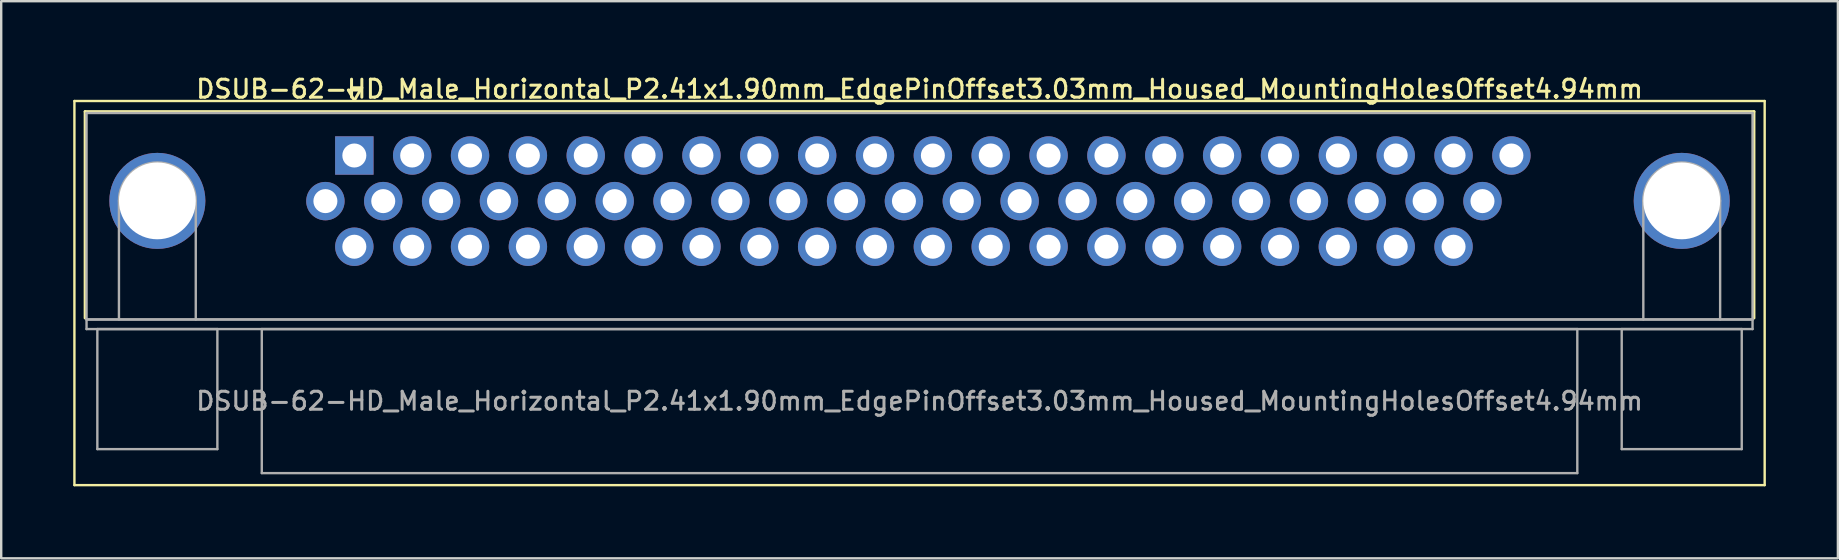
<source format=kicad_pcb>
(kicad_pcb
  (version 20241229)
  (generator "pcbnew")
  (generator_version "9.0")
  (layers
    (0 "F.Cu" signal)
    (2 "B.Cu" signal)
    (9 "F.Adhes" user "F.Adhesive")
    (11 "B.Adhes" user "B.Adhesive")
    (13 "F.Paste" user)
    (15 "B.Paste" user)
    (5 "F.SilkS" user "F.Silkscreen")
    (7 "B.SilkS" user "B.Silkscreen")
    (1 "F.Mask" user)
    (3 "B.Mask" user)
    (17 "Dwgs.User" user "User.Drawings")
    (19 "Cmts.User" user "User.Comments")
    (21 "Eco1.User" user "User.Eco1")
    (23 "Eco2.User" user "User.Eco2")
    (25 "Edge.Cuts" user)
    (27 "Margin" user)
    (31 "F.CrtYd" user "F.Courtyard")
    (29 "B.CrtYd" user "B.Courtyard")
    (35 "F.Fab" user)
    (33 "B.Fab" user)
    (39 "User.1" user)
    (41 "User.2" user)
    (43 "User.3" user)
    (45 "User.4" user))
  (footprint "DSUB-62-HD_Male_Horizontal_P2.41x1.90mm_EdgePinOffset3.03mm_Housed_MountingHolesOffset4.94mm"
    (layer "F.Cu")
    (at 11.71 3.428)
    (property "Reference" "DSUB-62-HD_Male_Horizontal_P2.41x1.90mm_EdgePinOffset3.03mm_Housed_MountingHolesOffset4.94mm" (at 23.545 -2.77 0) (layer "F.SilkS") (effects (font (size 0.75 0.75) (thickness 0.125))))
    (attr through_hole)
    (fp_line (start -11.66 -2.27) (end -11.66 13.73) (stroke (width 0.1) (type solid)) (layer "F.SilkS"))
    (fp_line (start -11.66 13.73) (end 58.75 13.73) (stroke (width 0.1) (type solid)) (layer "F.SilkS"))
    (fp_line (start -11.215 -1.83) (end 58.305 -1.83) (stroke (width 0.12) (type solid)) (layer "F.SilkS"))
    (fp_line (start -11.215 6.77) (end -11.215 -1.83) (stroke (width 0.12) (type solid)) (layer "F.SilkS"))
    (fp_line (start -0.25 -2.724) (end 0.25 -2.724) (stroke (width 0.12) (type solid)) (layer "F.SilkS"))
    (fp_line (start 0 -2.291) (end -0.25 -2.724) (stroke (width 0.12) (type solid)) (layer "F.SilkS"))
    (fp_line (start 0.25 -2.724) (end 0 -2.291) (stroke (width 0.12) (type solid)) (layer "F.SilkS"))
    (fp_line (start 58.305 -1.83) (end 58.305 6.77) (stroke (width 0.12) (type solid)) (layer "F.SilkS"))
    (fp_line (start 58.75 -2.27) (end -11.66 -2.27) (stroke (width 0.1) (type solid)) (layer "F.SilkS"))
    (fp_line (start 58.75 13.73) (end 58.75 -2.27) (stroke (width 0.1) (type solid)) (layer "F.SilkS"))
    (fp_line (start -11.155 -1.77) (end -11.155 6.83) (stroke (width 0.1) (type solid)) (layer "F.Fab"))
    (fp_line (start -11.155 6.83) (end -11.155 7.23) (stroke (width 0.1) (type solid)) (layer "F.Fab"))
    (fp_line (start -11.155 6.83) (end 58.245 6.83) (stroke (width 0.1) (type solid)) (layer "F.Fab"))
    (fp_line (start -11.155 7.23) (end 58.245 7.23) (stroke (width 0.1) (type solid)) (layer "F.Fab"))
    (fp_line (start -10.705 7.23) (end -10.705 12.23) (stroke (width 0.1) (type solid)) (layer "F.Fab"))
    (fp_line (start -10.705 12.23) (end -5.705 12.23) (stroke (width 0.1) (type solid)) (layer "F.Fab"))
    (fp_line (start -9.805 6.83) (end -9.805 1.89) (stroke (width 0.1) (type solid)) (layer "F.Fab"))
    (fp_line (start -6.605 6.83) (end -6.605 1.89) (stroke (width 0.1) (type solid)) (layer "F.Fab"))
    (fp_line (start -5.705 7.23) (end -10.705 7.23) (stroke (width 0.1) (type solid)) (layer "F.Fab"))
    (fp_line (start -5.705 12.23) (end -5.705 7.23) (stroke (width 0.1) (type solid)) (layer "F.Fab"))
    (fp_line (start -3.855 7.23) (end -3.855 13.23) (stroke (width 0.1) (type solid)) (layer "F.Fab"))
    (fp_line (start -3.855 13.23) (end 50.945 13.23) (stroke (width 0.1) (type solid)) (layer "F.Fab"))
    (fp_line (start 50.945 7.23) (end -3.855 7.23) (stroke (width 0.1) (type solid)) (layer "F.Fab"))
    (fp_line (start 50.945 13.23) (end 50.945 7.23) (stroke (width 0.1) (type solid)) (layer "F.Fab"))
    (fp_line (start 52.795 7.23) (end 52.795 12.23) (stroke (width 0.1) (type solid)) (layer "F.Fab"))
    (fp_line (start 52.795 12.23) (end 57.795 12.23) (stroke (width 0.1) (type solid)) (layer "F.Fab"))
    (fp_line (start 53.695 6.83) (end 53.695 1.89) (stroke (width 0.1) (type solid)) (layer "F.Fab"))
    (fp_line (start 56.895 6.83) (end 56.895 1.89) (stroke (width 0.1) (type solid)) (layer "F.Fab"))
    (fp_line (start 57.795 7.23) (end 52.795 7.23) (stroke (width 0.1) (type solid)) (layer "F.Fab"))
    (fp_line (start 57.795 12.23) (end 57.795 7.23) (stroke (width 0.1) (type solid)) (layer "F.Fab"))
    (fp_line (start 58.245 -1.77) (end -11.155 -1.77) (stroke (width 0.1) (type solid)) (layer "F.Fab"))
    (fp_line (start 58.245 6.83) (end -11.155 6.83) (stroke (width 0.1) (type solid)) (layer "F.Fab"))
    (fp_line (start 58.245 6.83) (end 58.245 -1.77) (stroke (width 0.1) (type solid)) (layer "F.Fab"))
    (fp_line (start 58.245 7.23) (end 58.245 6.83) (stroke (width 0.1) (type solid)) (layer "F.Fab"))
    (fp_arc (start -9.805 1.89) (mid -8.205 0.29) (end -6.605 1.89) (stroke (width 0.1) (type solid)) (layer "F.Fab"))
    (fp_arc (start 53.695 1.89) (mid 55.295 0.29) (end 56.895 1.89) (stroke (width 0.1) (type solid)) (layer "F.Fab"))
    (fp_text user "${REFERENCE}" (at 23.545 10.23 0) (layer "F.Fab") (effects (font (size 0.75 0.75) (thickness 0.125))))
    (pad "0" thru_hole circle (at -8.205 1.89) (size 4 4) (drill 3.2) (layers "*.Cu" "*.Mask"))
    (pad "0" thru_hole circle (at 55.295 1.89) (size 4 4) (drill 3.2) (layers "*.Cu" "*.Mask"))
    (pad "1" thru_hole rect (at 0 0) (size 1.6 1.6) (drill 1) (layers "*.Cu" "*.Mask"))
    (pad "2" thru_hole circle (at 2.41 0) (size 1.6 1.6) (drill 1) (layers "*.Cu" "*.Mask"))
    (pad "3" thru_hole circle (at 4.82 0) (size 1.6 1.6) (drill 1) (layers "*.Cu" "*.Mask"))
    (pad "4" thru_hole circle (at 7.23 0) (size 1.6 1.6) (drill 1) (layers "*.Cu" "*.Mask"))
    (pad "5" thru_hole circle (at 9.64 0) (size 1.6 1.6) (drill 1) (layers "*.Cu" "*.Mask"))
    (pad "6" thru_hole circle (at 12.05 0) (size 1.6 1.6) (drill 1) (layers "*.Cu" "*.Mask"))
    (pad "7" thru_hole circle (at 14.46 0) (size 1.6 1.6) (drill 1) (layers "*.Cu" "*.Mask"))
    (pad "8" thru_hole circle (at 16.87 0) (size 1.6 1.6) (drill 1) (layers "*.Cu" "*.Mask"))
    (pad "9" thru_hole circle (at 19.28 0) (size 1.6 1.6) (drill 1) (layers "*.Cu" "*.Mask"))
    (pad "10" thru_hole circle (at 21.69 0) (size 1.6 1.6) (drill 1) (layers "*.Cu" "*.Mask"))
    (pad "11" thru_hole circle (at 24.1 0) (size 1.6 1.6) (drill 1) (layers "*.Cu" "*.Mask"))
    (pad "12" thru_hole circle (at 26.51 0) (size 1.6 1.6) (drill 1) (layers "*.Cu" "*.Mask"))
    (pad "13" thru_hole circle (at 28.92 0) (size 1.6 1.6) (drill 1) (layers "*.Cu" "*.Mask"))
    (pad "14" thru_hole circle (at 31.33 0) (size 1.6 1.6) (drill 1) (layers "*.Cu" "*.Mask"))
    (pad "15" thru_hole circle (at 33.74 0) (size 1.6 1.6) (drill 1) (layers "*.Cu" "*.Mask"))
    (pad "16" thru_hole circle (at 36.15 0) (size 1.6 1.6) (drill 1) (layers "*.Cu" "*.Mask"))
    (pad "17" thru_hole circle (at 38.56 0) (size 1.6 1.6) (drill 1) (layers "*.Cu" "*.Mask"))
    (pad "18" thru_hole circle (at 40.97 0) (size 1.6 1.6) (drill 1) (layers "*.Cu" "*.Mask"))
    (pad "19" thru_hole circle (at 43.38 0) (size 1.6 1.6) (drill 1) (layers "*.Cu" "*.Mask"))
    (pad "20" thru_hole circle (at 45.79 0) (size 1.6 1.6) (drill 1) (layers "*.Cu" "*.Mask"))
    (pad "21" thru_hole circle (at 48.2 0) (size 1.6 1.6) (drill 1) (layers "*.Cu" "*.Mask"))
    (pad "22" thru_hole circle (at -1.205 1.9) (size 1.6 1.6) (drill 1) (layers "*.Cu" "*.Mask"))
    (pad "23" thru_hole circle (at 1.205 1.9) (size 1.6 1.6) (drill 1) (layers "*.Cu" "*.Mask"))
    (pad "24" thru_hole circle (at 3.615 1.9) (size 1.6 1.6) (drill 1) (layers "*.Cu" "*.Mask"))
    (pad "25" thru_hole circle (at 6.025 1.9) (size 1.6 1.6) (drill 1) (layers "*.Cu" "*.Mask"))
    (pad "26" thru_hole circle (at 8.435 1.9) (size 1.6 1.6) (drill 1) (layers "*.Cu" "*.Mask"))
    (pad "27" thru_hole circle (at 10.845 1.9) (size 1.6 1.6) (drill 1) (layers "*.Cu" "*.Mask"))
    (pad "28" thru_hole circle (at 13.255 1.9) (size 1.6 1.6) (drill 1) (layers "*.Cu" "*.Mask"))
    (pad "29" thru_hole circle (at 15.665 1.9) (size 1.6 1.6) (drill 1) (layers "*.Cu" "*.Mask"))
    (pad "30" thru_hole circle (at 18.075 1.9) (size 1.6 1.6) (drill 1) (layers "*.Cu" "*.Mask"))
    (pad "31" thru_hole circle (at 20.485 1.9) (size 1.6 1.6) (drill 1) (layers "*.Cu" "*.Mask"))
    (pad "32" thru_hole circle (at 22.895 1.9) (size 1.6 1.6) (drill 1) (layers "*.Cu" "*.Mask"))
    (pad "33" thru_hole circle (at 25.305 1.9) (size 1.6 1.6) (drill 1) (layers "*.Cu" "*.Mask"))
    (pad "34" thru_hole circle (at 27.715 1.9) (size 1.6 1.6) (drill 1) (layers "*.Cu" "*.Mask"))
    (pad "35" thru_hole circle (at 30.125 1.9) (size 1.6 1.6) (drill 1) (layers "*.Cu" "*.Mask"))
    (pad "36" thru_hole circle (at 32.535 1.9) (size 1.6 1.6) (drill 1) (layers "*.Cu" "*.Mask"))
    (pad "37" thru_hole circle (at 34.945 1.9) (size 1.6 1.6) (drill 1) (layers "*.Cu" "*.Mask"))
    (pad "38" thru_hole circle (at 37.355 1.9) (size 1.6 1.6) (drill 1) (layers "*.Cu" "*.Mask"))
    (pad "39" thru_hole circle (at 39.765 1.9) (size 1.6 1.6) (drill 1) (layers "*.Cu" "*.Mask"))
    (pad "40" thru_hole circle (at 42.175 1.9) (size 1.6 1.6) (drill 1) (layers "*.Cu" "*.Mask"))
    (pad "41" thru_hole circle (at 44.585 1.9) (size 1.6 1.6) (drill 1) (layers "*.Cu" "*.Mask"))
    (pad "42" thru_hole circle (at 46.995 1.9) (size 1.6 1.6) (drill 1) (layers "*.Cu" "*.Mask"))
    (pad "43" thru_hole circle (at 0 3.8) (size 1.6 1.6) (drill 1) (layers "*.Cu" "*.Mask"))
    (pad "44" thru_hole circle (at 2.41 3.8) (size 1.6 1.6) (drill 1) (layers "*.Cu" "*.Mask"))
    (pad "45" thru_hole circle (at 4.82 3.8) (size 1.6 1.6) (drill 1) (layers "*.Cu" "*.Mask"))
    (pad "46" thru_hole circle (at 7.23 3.8) (size 1.6 1.6) (drill 1) (layers "*.Cu" "*.Mask"))
    (pad "47" thru_hole circle (at 9.64 3.8) (size 1.6 1.6) (drill 1) (layers "*.Cu" "*.Mask"))
    (pad "48" thru_hole circle (at 12.05 3.8) (size 1.6 1.6) (drill 1) (layers "*.Cu" "*.Mask"))
    (pad "49" thru_hole circle (at 14.46 3.8) (size 1.6 1.6) (drill 1) (layers "*.Cu" "*.Mask"))
    (pad "50" thru_hole circle (at 16.87 3.8) (size 1.6 1.6) (drill 1) (layers "*.Cu" "*.Mask"))
    (pad "51" thru_hole circle (at 19.28 3.8) (size 1.6 1.6) (drill 1) (layers "*.Cu" "*.Mask"))
    (pad "52" thru_hole circle (at 21.69 3.8) (size 1.6 1.6) (drill 1) (layers "*.Cu" "*.Mask"))
    (pad "53" thru_hole circle (at 24.1 3.8) (size 1.6 1.6) (drill 1) (layers "*.Cu" "*.Mask"))
    (pad "54" thru_hole circle (at 26.51 3.8) (size 1.6 1.6) (drill 1) (layers "*.Cu" "*.Mask"))
    (pad "55" thru_hole circle (at 28.92 3.8) (size 1.6 1.6) (drill 1) (layers "*.Cu" "*.Mask"))
    (pad "56" thru_hole circle (at 31.33 3.8) (size 1.6 1.6) (drill 1) (layers "*.Cu" "*.Mask"))
    (pad "57" thru_hole circle (at 33.74 3.8) (size 1.6 1.6) (drill 1) (layers "*.Cu" "*.Mask"))
    (pad "58" thru_hole circle (at 36.15 3.8) (size 1.6 1.6) (drill 1) (layers "*.Cu" "*.Mask"))
    (pad "59" thru_hole circle (at 38.56 3.8) (size 1.6 1.6) (drill 1) (layers "*.Cu" "*.Mask"))
    (pad "60" thru_hole circle (at 40.97 3.8) (size 1.6 1.6) (drill 1) (layers "*.Cu" "*.Mask"))
    (pad "61" thru_hole circle (at 43.38 3.8) (size 1.6 1.6) (drill 1) (layers "*.Cu" "*.Mask"))
    (pad "62" thru_hole circle (at 45.79 3.8) (size 1.6 1.6) (drill 1) (layers "*.Cu" "*.Mask")))
  (gr_rect
    (start -3 -3)
    (end 73.51 20.208)
    (stroke (width 0.1) (type default))
    (fill no)
    (layer "Edge.Cuts")))
</source>
